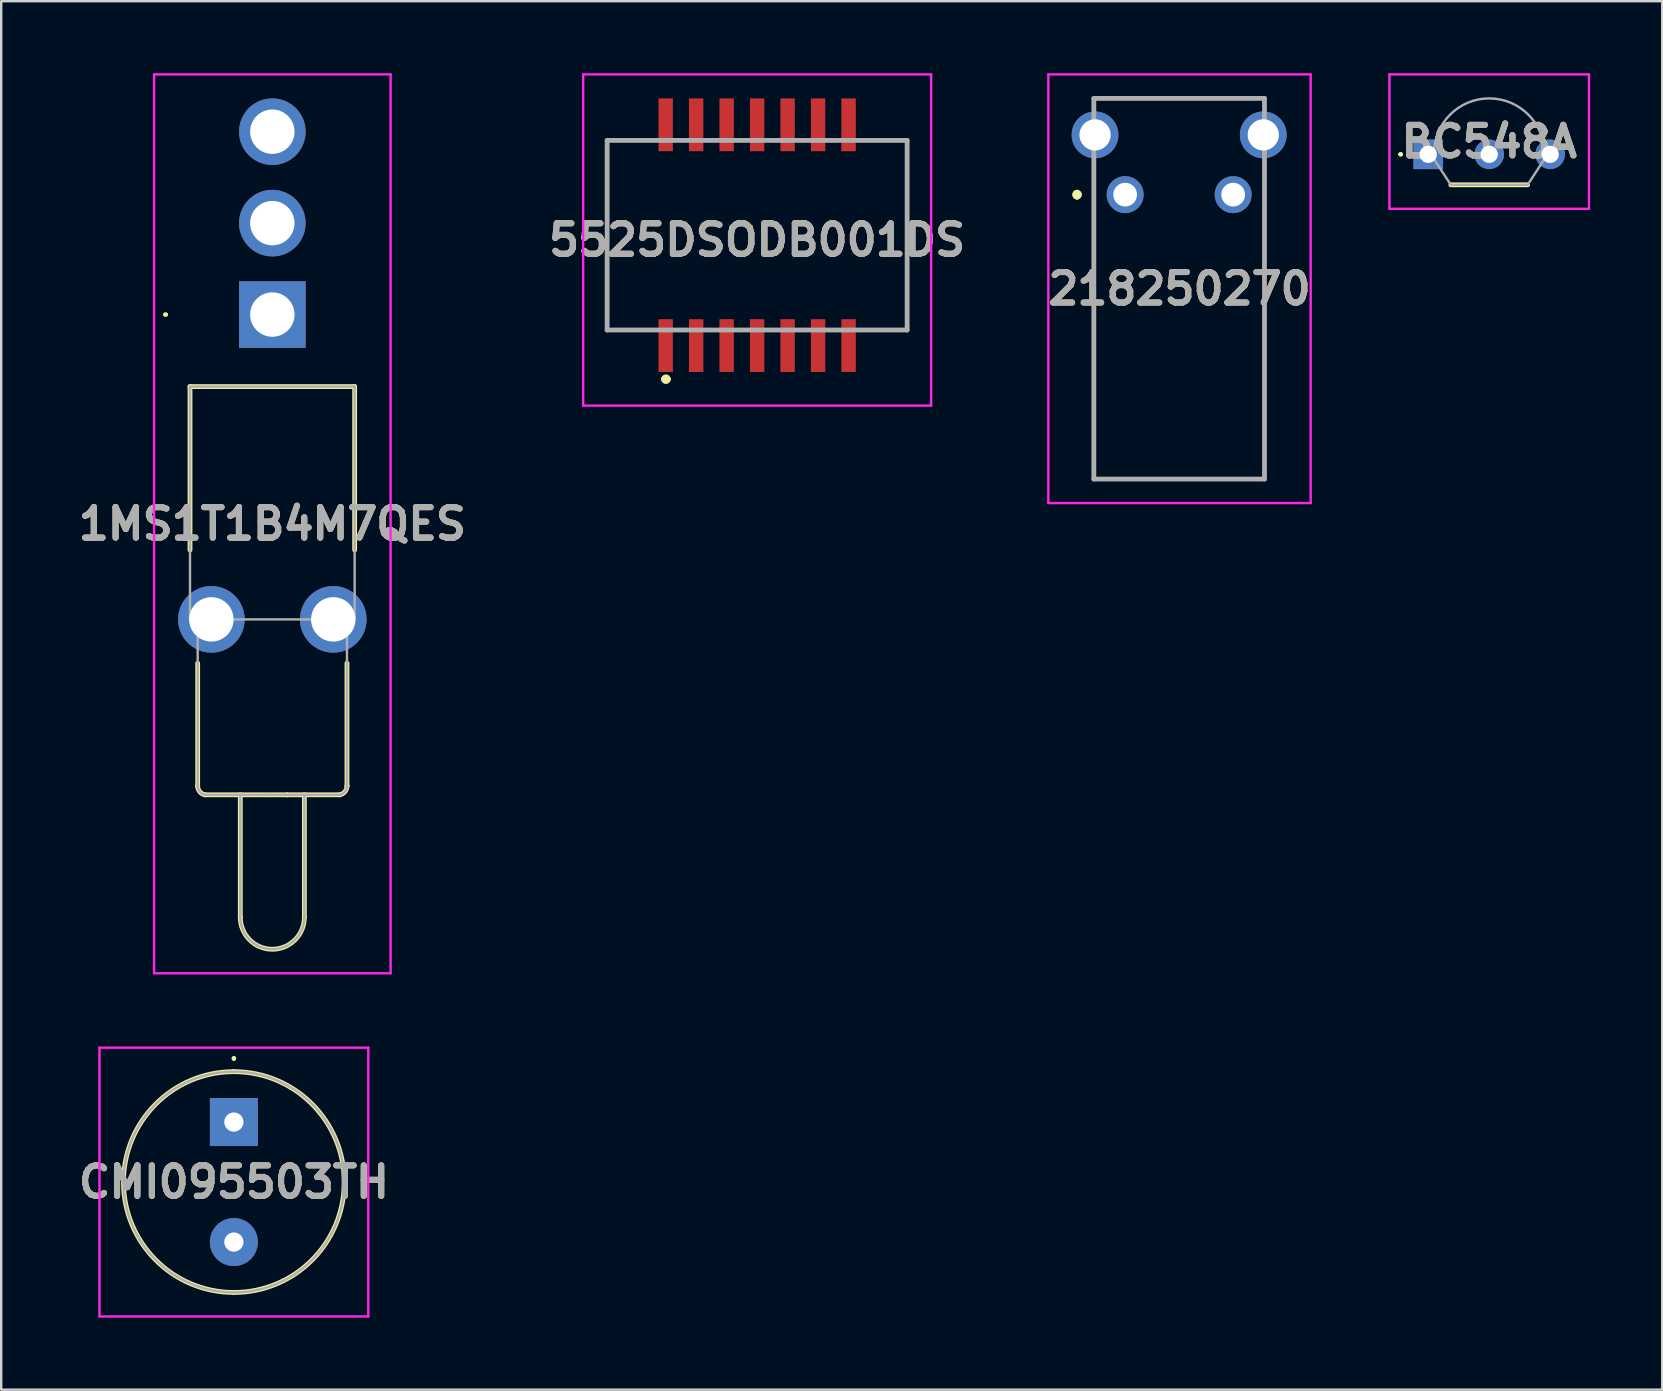
<source format=kicad_pcb>
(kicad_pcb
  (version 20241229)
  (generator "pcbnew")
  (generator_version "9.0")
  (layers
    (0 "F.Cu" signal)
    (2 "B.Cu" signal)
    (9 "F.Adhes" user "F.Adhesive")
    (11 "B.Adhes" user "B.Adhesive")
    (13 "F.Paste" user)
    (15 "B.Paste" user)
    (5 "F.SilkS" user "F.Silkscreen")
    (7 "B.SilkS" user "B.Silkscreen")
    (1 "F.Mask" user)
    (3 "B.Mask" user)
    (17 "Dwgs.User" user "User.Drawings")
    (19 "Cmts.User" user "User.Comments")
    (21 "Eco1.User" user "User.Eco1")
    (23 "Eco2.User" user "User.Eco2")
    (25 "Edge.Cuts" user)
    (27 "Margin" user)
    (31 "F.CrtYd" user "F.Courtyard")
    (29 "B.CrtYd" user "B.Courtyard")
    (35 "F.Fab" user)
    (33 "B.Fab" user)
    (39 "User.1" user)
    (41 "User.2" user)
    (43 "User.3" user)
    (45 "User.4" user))
  (footprint "BC548A"
    (layer "F.Cu")
    (at 56.46 3.38)
    (property "Reference" "BC548A" (at 2.54 -0.53 0) (layer "F.SilkS") (effects (font (size 1.27 1.27) (thickness 0.254))))
    (attr through_hole)
    (fp_line (start -1.2 0) (end -1.2 0) (stroke (width 0.1) (type solid)) (layer "F.SilkS"))
    (fp_line (start -1.1 0) (end -1.1 0) (stroke (width 0.1) (type solid)) (layer "F.SilkS"))
    (fp_line (start 0.94 1.27) (end 4.14 1.27) (stroke (width 0.2) (type solid)) (layer "F.SilkS"))
    (fp_arc (start -1.2 0) (mid -1.15 -0.05) (end -1.1 0) (stroke (width 0.1) (type solid)) (layer "F.SilkS"))
    (fp_arc (start -1.1 0) (mid -1.15 0.05) (end -1.2 0) (stroke (width 0.1) (type solid)) (layer "F.SilkS"))
    (fp_line (start -1.617 -3.33) (end 6.697 -3.33) (stroke (width 0.1) (type solid)) (layer "F.CrtYd"))
    (fp_line (start -1.617 2.27) (end -1.617 -3.33) (stroke (width 0.1) (type solid)) (layer "F.CrtYd"))
    (fp_line (start 6.697 -3.33) (end 6.697 2.27) (stroke (width 0.1) (type solid)) (layer "F.CrtYd"))
    (fp_line (start 6.697 2.27) (end -1.617 2.27) (stroke (width 0.1) (type solid)) (layer "F.CrtYd"))
    (fp_line (start 0.24 -0.03) (end 0.24 0.2) (stroke (width 0.1) (type solid)) (layer "F.Fab"))
    (fp_line (start 0.24 0.2) (end 0.94 1.27) (stroke (width 0.1) (type solid)) (layer "F.Fab"))
    (fp_line (start 0.94 1.27) (end 2.54 1.27) (stroke (width 0.1) (type solid)) (layer "F.Fab"))
    (fp_line (start 2.54 1.27) (end 4.14 1.27) (stroke (width 0.1) (type solid)) (layer "F.Fab"))
    (fp_line (start 4.14 1.27) (end 4.84 0.2) (stroke (width 0.1) (type solid)) (layer "F.Fab"))
    (fp_line (start 4.84 -0.03) (end 4.84 -0.03) (stroke (width 0.1) (type solid)) (layer "F.Fab"))
    (fp_line (start 4.84 0.2) (end 4.84 -0.03) (stroke (width 0.1) (type solid)) (layer "F.Fab"))
    (fp_arc (start 0.24 -0.03) (mid 2.54 -2.33) (end 4.84 -0.03) (stroke (width 0.1) (type solid)) (layer "F.Fab"))
    (fp_text user "${REFERENCE}" (at 2.54 -0.53 0) (layer "F.Fab") (effects (font (size 1.27 1.27) (thickness 0.254))))
    (pad "1" thru_hole rect (at 0 0) (size 1.234 1.234) (drill 0.72) (layers "*.Cu" "*.Mask"))
    (pad "2" thru_hole circle (at 2.54 0) (size 1.234 1.234) (drill 0.72) (layers "*.Cu" "*.Mask"))
    (pad "3" thru_hole circle (at 5.08 0) (size 1.234 1.234) (drill 0.72) (layers "*.Cu" "*.Mask")))
  (footprint "1MS1T1B4M7QES"
    (layer "F.Cu")
    (at 8.297 10.057)
    (property "Reference" "1MS1T1B4M7QES" (at 0 8.719 0) (layer "F.SilkS") (effects (font (size 1.27 1.27) (thickness 0.254))))
    (attr through_hole)
    (fp_line (start -4.5 0) (end -4.5 0) (stroke (width 0.1) (type solid)) (layer "F.SilkS"))
    (fp_line (start -4.4 0) (end -4.4 0) (stroke (width 0.1) (type solid)) (layer "F.SilkS"))
    (fp_line (start -3.43 3) (end 3.43 3) (stroke (width 0.2) (type solid)) (layer "F.SilkS"))
    (fp_line (start -3.43 9.81) (end -3.43 3) (stroke (width 0.2) (type solid)) (layer "F.SilkS"))
    (fp_line (start -3.11 14.527) (end -3.11 19.644) (stroke (width 0.2) (type solid)) (layer "F.SilkS"))
    (fp_line (start -3.11 19.644) (end -3.11 19.644) (stroke (width 0.2) (type solid)) (layer "F.SilkS"))
    (fp_line (start -2.799 20.01) (end 0.622 20.01) (stroke (width 0.2) (type solid)) (layer "F.SilkS"))
    (fp_line (start -1.335 20.01) (end -1.335 25.11) (stroke (width 0.2) (type solid)) (layer "F.SilkS"))
    (fp_line (start -1.335 25.11) (end -1.335 25.11) (stroke (width 0.2) (type solid)) (layer "F.SilkS"))
    (fp_line (start 1.335 25.11) (end 1.335 20.01) (stroke (width 0.2) (type solid)) (layer "F.SilkS"))
    (fp_line (start 2.799 20.01) (end 0.622 20.01) (stroke (width 0.2) (type solid)) (layer "F.SilkS"))
    (fp_line (start 3.11 14.527) (end 3.11 19.644) (stroke (width 0.2) (type solid)) (layer "F.SilkS"))
    (fp_line (start 3.11 19.644) (end 3.11 19.644) (stroke (width 0.2) (type solid)) (layer "F.SilkS"))
    (fp_line (start 3.43 3) (end 3.43 9.81) (stroke (width 0.2) (type solid)) (layer "F.SilkS"))
    (fp_arc (start -4.5 0) (mid -4.45 -0.05) (end -4.4 0) (stroke (width 0.1) (type solid)) (layer "F.SilkS"))
    (fp_arc (start -4.4 0) (mid -4.45 0.05) (end -4.5 0) (stroke (width 0.1) (type solid)) (layer "F.SilkS"))
    (fp_arc (start -2.79923 20.010154) (mid -3.021974 19.884247) (end -3.11 19.644) (stroke (width 0.2) (type solid)) (layer "F.SilkS"))
    (fp_arc (start 1.335 25.11) (mid 0 26.445) (end -1.335 25.11) (stroke (width 0.2) (type solid)) (layer "F.SilkS"))
    (fp_arc (start 3.11 19.644) (mid 3.021974 19.884247) (end 2.79923 20.010154) (stroke (width 0.2) (type solid)) (layer "F.SilkS"))
    (fp_line (start -4.928 -10.007) (end 4.928 -10.007) (stroke (width 0.1) (type solid)) (layer "F.CrtYd"))
    (fp_line (start -4.928 27.445) (end -4.928 -10.007) (stroke (width 0.1) (type solid)) (layer "F.CrtYd"))
    (fp_line (start 4.928 -10.007) (end 4.928 27.445) (stroke (width 0.1) (type solid)) (layer "F.CrtYd"))
    (fp_line (start 4.928 27.445) (end -4.928 27.445) (stroke (width 0.1) (type solid)) (layer "F.CrtYd"))
    (fp_line (start -3.43 3) (end 3.43 3) (stroke (width 0.1) (type solid)) (layer "F.Fab"))
    (fp_line (start -3.43 12.7) (end -3.43 3) (stroke (width 0.1) (type solid)) (layer "F.Fab"))
    (fp_line (start -3.11 12.7) (end -3.11 19.644) (stroke (width 0.1) (type solid)) (layer "F.Fab"))
    (fp_line (start -3.11 19.644) (end -3.11 19.644) (stroke (width 0.1) (type solid)) (layer "F.Fab"))
    (fp_line (start -2.799 20.01) (end -0.311 20.01) (stroke (width 0.1) (type solid)) (layer "F.Fab"))
    (fp_line (start -1.335 25.11) (end -1.335 20.01) (stroke (width 0.1) (type solid)) (layer "F.Fab"))
    (fp_line (start 1.335 20.01) (end 1.335 25.11) (stroke (width 0.1) (type solid)) (layer "F.Fab"))
    (fp_line (start 1.335 25.11) (end 1.335 25.11) (stroke (width 0.1) (type solid)) (layer "F.Fab"))
    (fp_line (start 2.799 20.01) (end -0.311 20.01) (stroke (width 0.1) (type solid)) (layer "F.Fab"))
    (fp_line (start 3.11 12.7) (end 3.11 19.644) (stroke (width 0.1) (type solid)) (layer "F.Fab"))
    (fp_line (start 3.11 19.644) (end 3.11 19.644) (stroke (width 0.1) (type solid)) (layer "F.Fab"))
    (fp_line (start 3.43 3) (end 3.43 12.7) (stroke (width 0.1) (type solid)) (layer "F.Fab"))
    (fp_line (start 3.43 12.7) (end -3.43 12.7) (stroke (width 0.1) (type solid)) (layer "F.Fab"))
    (fp_arc (start -2.79923 20.010154) (mid -3.021974 19.884247) (end -3.11 19.644) (stroke (width 0.1) (type solid)) (layer "F.Fab"))
    (fp_arc (start 1.335 25.11) (mid 0 26.445) (end -1.335 25.11) (stroke (width 0.1) (type solid)) (layer "F.Fab"))
    (fp_arc (start 3.11 19.644) (mid 3.021974 19.884247) (end 2.79923 20.010154) (stroke (width 0.1) (type solid)) (layer "F.Fab"))
    (fp_text user "${REFERENCE}" (at 0 8.719 0) (layer "F.Fab") (effects (font (size 1.27 1.27) (thickness 0.254))))
    (pad "1" thru_hole rect (at 0 0) (size 2.775 2.775) (drill 1.85) (layers "*.Cu" "*.Mask"))
    (pad "2" thru_hole circle (at 0 -3.81) (size 2.775 2.775) (drill 1.85) (layers "*.Cu" "*.Mask"))
    (pad "3" thru_hole circle (at 0 -7.62) (size 2.775 2.775) (drill 1.85) (layers "*.Cu" "*.Mask"))
    (pad "MH1" thru_hole circle (at 2.54 12.7) (size 2.775 2.775) (drill 1.85) (layers "*.Cu" "*.Mask"))
    (pad "MH2" thru_hole circle (at -2.54 12.7) (size 2.775 2.775) (drill 1.85) (layers "*.Cu" "*.Mask")))
  (footprint "5525DSODB001DS"
    (layer "F.Cu")
    (at 28.497 7.5)
    (property "Reference" "5525DSODB001DS" (at 0 -0.55 0) (layer "F.SilkS") (effects (font (size 1.27 1.27) (thickness 0.254))))
    (attr smd)
    (fp_line (start -6.25 -4.7) (end -6.25 3.2) (stroke (width 0.1) (type solid)) (layer "F.SilkS"))
    (fp_line (start -6.25 3.2) (end -5 3.2) (stroke (width 0.1) (type solid)) (layer "F.SilkS"))
    (fp_line (start -5 -4.7) (end -6.25 -4.7) (stroke (width 0.1) (type solid)) (layer "F.SilkS"))
    (fp_line (start -3.9 5.25) (end -3.9 5.25) (stroke (width 0.2) (type solid)) (layer "F.SilkS"))
    (fp_line (start -3.7 5.25) (end -3.7 5.25) (stroke (width 0.2) (type solid)) (layer "F.SilkS"))
    (fp_line (start 5 3.2) (end 6.25 3.2) (stroke (width 0.1) (type solid)) (layer "F.SilkS"))
    (fp_line (start 6.25 -4.7) (end 5 -4.7) (stroke (width 0.1) (type solid)) (layer "F.SilkS"))
    (fp_line (start 6.25 3.2) (end 6.25 -4.7) (stroke (width 0.1) (type solid)) (layer "F.SilkS"))
    (fp_arc (start -3.9 5.25) (mid -3.8 5.15) (end -3.7 5.25) (stroke (width 0.2) (type solid)) (layer "F.SilkS"))
    (fp_arc (start -3.7 5.25) (mid -3.8 5.35) (end -3.9 5.25) (stroke (width 0.2) (type solid)) (layer "F.SilkS"))
    (fp_line (start -7.25 -7.45) (end 7.25 -7.45) (stroke (width 0.1) (type solid)) (layer "F.CrtYd"))
    (fp_line (start -7.25 6.35) (end -7.25 -7.45) (stroke (width 0.1) (type solid)) (layer "F.CrtYd"))
    (fp_line (start 7.25 -7.45) (end 7.25 6.35) (stroke (width 0.1) (type solid)) (layer "F.CrtYd"))
    (fp_line (start 7.25 6.35) (end -7.25 6.35) (stroke (width 0.1) (type solid)) (layer "F.CrtYd"))
    (fp_line (start -6.25 -4.7) (end 6.25 -4.7) (stroke (width 0.2) (type solid)) (layer "F.Fab"))
    (fp_line (start -6.25 3.2) (end -6.25 -4.7) (stroke (width 0.2) (type solid)) (layer "F.Fab"))
    (fp_line (start 6.25 -4.7) (end 6.25 3.2) (stroke (width 0.2) (type solid)) (layer "F.Fab"))
    (fp_line (start 6.25 3.2) (end -6.25 3.2) (stroke (width 0.2) (type solid)) (layer "F.Fab"))
    (fp_text user "${REFERENCE}" (at 0 -0.55 0) (layer "F.Fab") (effects (font (size 1.27 1.27) (thickness 0.254))))
    (pad "1" smd rect (at -3.81 3.85) (size 0.6 2.2) (layers "F.Cu" "F.Mask" "F.Paste"))
    (pad "2" smd rect (at -3.81 -5.35) (size 0.6 2.2) (layers "F.Cu" "F.Mask" "F.Paste"))
    (pad "3" smd rect (at -2.54 3.85) (size 0.6 2.2) (layers "F.Cu" "F.Mask" "F.Paste"))
    (pad "4" smd rect (at -2.54 -5.35) (size 0.6 2.2) (layers "F.Cu" "F.Mask" "F.Paste"))
    (pad "5" smd rect (at -1.27 3.85) (size 0.6 2.2) (layers "F.Cu" "F.Mask" "F.Paste"))
    (pad "6" smd rect (at -1.27 -5.35) (size 0.6 2.2) (layers "F.Cu" "F.Mask" "F.Paste"))
    (pad "7" smd rect (at 0 3.85) (size 0.6 2.2) (layers "F.Cu" "F.Mask" "F.Paste"))
    (pad "8" smd rect (at 0 -5.35) (size 0.6 2.2) (layers "F.Cu" "F.Mask" "F.Paste"))
    (pad "9" smd rect (at 1.27 3.85) (size 0.6 2.2) (layers "F.Cu" "F.Mask" "F.Paste"))
    (pad "10" smd rect (at 1.27 -5.35) (size 0.6 2.2) (layers "F.Cu" "F.Mask" "F.Paste"))
    (pad "11" smd rect (at 2.54 3.85) (size 0.6 2.2) (layers "F.Cu" "F.Mask" "F.Paste"))
    (pad "12" smd rect (at 2.54 -5.35) (size 0.6 2.2) (layers "F.Cu" "F.Mask" "F.Paste"))
    (pad "13" smd rect (at 3.81 3.85) (size 0.6 2.2) (layers "F.Cu" "F.Mask" "F.Paste"))
    (pad "14" smd rect (at 3.81 -5.35) (size 0.6 2.2) (layers "F.Cu" "F.Mask" "F.Paste")))
  (footprint "CMI095503TH"
    (layer "F.Cu")
    (at 6.695 43.702)
    (property "Reference" "CMI095503TH" (at 0 2.5 0) (layer "F.SilkS") (effects (font (size 1.27 1.27) (thickness 0.254))))
    (attr through_hole)
    (fp_line (start 0 -2.7) (end 0 -2.7) (stroke (width 0.1) (type solid)) (layer "F.SilkS"))
    (fp_line (start 0 -2.6) (end 0 -2.6) (stroke (width 0.1) (type solid)) (layer "F.SilkS"))
    (fp_line (start 0 -2.1) (end 0 -2.1) (stroke (width 0.2) (type solid)) (layer "F.SilkS"))
    (fp_line (start 0 7.1) (end 0 7.1) (stroke (width 0.2) (type solid)) (layer "F.SilkS"))
    (fp_arc (start 0 -2.7) (mid 0.05 -2.65) (end 0 -2.6) (stroke (width 0.1) (type solid)) (layer "F.SilkS"))
    (fp_arc (start 0 -2.6) (mid -0.05 -2.65) (end 0 -2.7) (stroke (width 0.1) (type solid)) (layer "F.SilkS"))
    (fp_arc (start 0 -2.1) (mid 4.6 2.5) (end 0 7.1) (stroke (width 0.2) (type solid)) (layer "F.SilkS"))
    (fp_arc (start 0 7.1) (mid -4.6 2.5) (end 0 -2.1) (stroke (width 0.2) (type solid)) (layer "F.SilkS"))
    (fp_line (start -5.6 -3.1) (end 5.6 -3.1) (stroke (width 0.1) (type solid)) (layer "F.CrtYd"))
    (fp_line (start -5.6 8.1) (end -5.6 -3.1) (stroke (width 0.1) (type solid)) (layer "F.CrtYd"))
    (fp_line (start 5.6 -3.1) (end 5.6 8.1) (stroke (width 0.1) (type solid)) (layer "F.CrtYd"))
    (fp_line (start 5.6 8.1) (end -5.6 8.1) (stroke (width 0.1) (type solid)) (layer "F.CrtYd"))
    (fp_line (start 0 -2.1) (end 0 -2.1) (stroke (width 0.1) (type solid)) (layer "F.Fab"))
    (fp_line (start 0 7.1) (end 0 7.1) (stroke (width 0.1) (type solid)) (layer "F.Fab"))
    (fp_arc (start 0 -2.1) (mid 4.6 2.5) (end 0 7.1) (stroke (width 0.1) (type solid)) (layer "F.Fab"))
    (fp_arc (start 0 7.1) (mid -4.6 2.5) (end 0 -2.1) (stroke (width 0.1) (type solid)) (layer "F.Fab"))
    (fp_text user "${REFERENCE}" (at 0 2.5 0) (layer "F.Fab") (effects (font (size 1.27 1.27) (thickness 0.254))))
    (pad "1" thru_hole rect (at 0 0) (size 2 2) (drill 0.8) (layers "*.Cu" "*.Mask"))
    (pad "2" thru_hole circle (at 0 5) (size 2 2) (drill 0.8) (layers "*.Cu" "*.Mask")))
  (footprint "218250270"
    (layer "F.Cu")
    (at 43.831 5.06)
    (property "Reference" "218250270" (at 2.265 3.92 0) (layer "F.SilkS") (effects (font (size 1.27 1.27) (thickness 0.254))))
    (attr through_hole)
    (fp_line (start -2 -0.1) (end -2 -0.1) (stroke (width 0.2) (type solid)) (layer "F.SilkS"))
    (fp_line (start -2 -0.1) (end -2 -0.1) (stroke (width 0.2) (type solid)) (layer "F.SilkS"))
    (fp_line (start -2 0.1) (end -2 0.1) (stroke (width 0.2) (type solid)) (layer "F.SilkS"))
    (fp_line (start -1.305 -1) (end -1.305 -1) (stroke (width 0.1) (type solid)) (layer "F.SilkS"))
    (fp_line (start -1.305 -1) (end -1.305 11.75) (stroke (width 0.1) (type solid)) (layer "F.SilkS"))
    (fp_line (start -1.305 11.75) (end -1.305 -1) (stroke (width 0.1) (type solid)) (layer "F.SilkS"))
    (fp_line (start -1.305 11.75) (end -1.305 11.75) (stroke (width 0.1) (type solid)) (layer "F.SilkS"))
    (fp_line (start -1.305 11.85) (end -1.305 11.85) (stroke (width 0.1) (type solid)) (layer "F.SilkS"))
    (fp_line (start -1.305 11.85) (end 5.75 11.85) (stroke (width 0.1) (type solid)) (layer "F.SilkS"))
    (fp_line (start -1.255 -4) (end -1.255 -4) (stroke (width 0.1) (type solid)) (layer "F.SilkS"))
    (fp_line (start -1.255 -4) (end 5.75 -4) (stroke (width 0.1) (type solid)) (layer "F.SilkS"))
    (fp_line (start 5.75 -4) (end -1.255 -4) (stroke (width 0.1) (type solid)) (layer "F.SilkS"))
    (fp_line (start 5.75 -4) (end 5.75 -4) (stroke (width 0.1) (type solid)) (layer "F.SilkS"))
    (fp_line (start 5.75 11.85) (end -1.305 11.85) (stroke (width 0.1) (type solid)) (layer "F.SilkS"))
    (fp_line (start 5.75 11.85) (end 5.75 11.85) (stroke (width 0.1) (type solid)) (layer "F.SilkS"))
    (fp_line (start 5.805 -1) (end 5.805 -1) (stroke (width 0.1) (type solid)) (layer "F.SilkS"))
    (fp_line (start 5.805 -1) (end 5.805 11.75) (stroke (width 0.1) (type solid)) (layer "F.SilkS"))
    (fp_line (start 5.805 11.75) (end 5.805 -1) (stroke (width 0.1) (type solid)) (layer "F.SilkS"))
    (fp_line (start 5.805 11.75) (end 5.805 11.75) (stroke (width 0.1) (type solid)) (layer "F.SilkS"))
    (fp_arc (start -2 -0.1) (mid -1.9 0) (end -2 0.1) (stroke (width 0.2) (type solid)) (layer "F.SilkS"))
    (fp_arc (start -2 0.1) (mid -2.1 0) (end -2 -0.1) (stroke (width 0.2) (type solid)) (layer "F.SilkS"))
    (fp_arc (start -2 0.1) (mid -2.1 0) (end -2 -0.1) (stroke (width 0.2) (type solid)) (layer "F.SilkS"))
    (fp_line (start -3.2 -5.01) (end 7.73 -5.01) (stroke (width 0.1) (type solid)) (layer "F.CrtYd"))
    (fp_line (start -3.2 12.85) (end -3.2 -5.01) (stroke (width 0.1) (type solid)) (layer "F.CrtYd"))
    (fp_line (start 7.73 -5.01) (end 7.73 12.85) (stroke (width 0.1) (type solid)) (layer "F.CrtYd"))
    (fp_line (start 7.73 12.85) (end -3.2 12.85) (stroke (width 0.1) (type solid)) (layer "F.CrtYd"))
    (fp_line (start -1.305 -4.01) (end -1.305 11.85) (stroke (width 0.2) (type solid)) (layer "F.Fab"))
    (fp_line (start -1.305 11.85) (end 5.805 11.85) (stroke (width 0.2) (type solid)) (layer "F.Fab"))
    (fp_line (start 5.805 -4.01) (end -1.305 -4.01) (stroke (width 0.2) (type solid)) (layer "F.Fab"))
    (fp_line (start 5.805 11.85) (end 5.805 -4.01) (stroke (width 0.2) (type solid)) (layer "F.Fab"))
    (fp_text user "${REFERENCE}" (at 2.265 3.92 0) (layer "F.Fab") (effects (font (size 1.27 1.27) (thickness 0.254))))
    (pad "1" thru_hole circle (at 0 0) (size 1.54 1.54) (drill 0.99) (layers "*.Cu" "*.Mask"))
    (pad "2" thru_hole circle (at 4.5 0) (size 1.54 1.54) (drill 0.99) (layers "*.Cu" "*.Mask"))
    (pad "3" thru_hole circle (at 5.755 -2.49) (size 1.95 1.95) (drill 1.3) (layers "*.Cu" "*.Mask"))
    (pad "4" thru_hole circle (at -1.255 -2.49) (size 1.95 1.95) (drill 1.3) (layers "*.Cu" "*.Mask")))
  (gr_rect
    (start -3 -3)
    (end 66.207 54.852)
    (stroke (width 0.1) (type default))
    (fill no)
    (layer "Edge.Cuts")))
</source>
